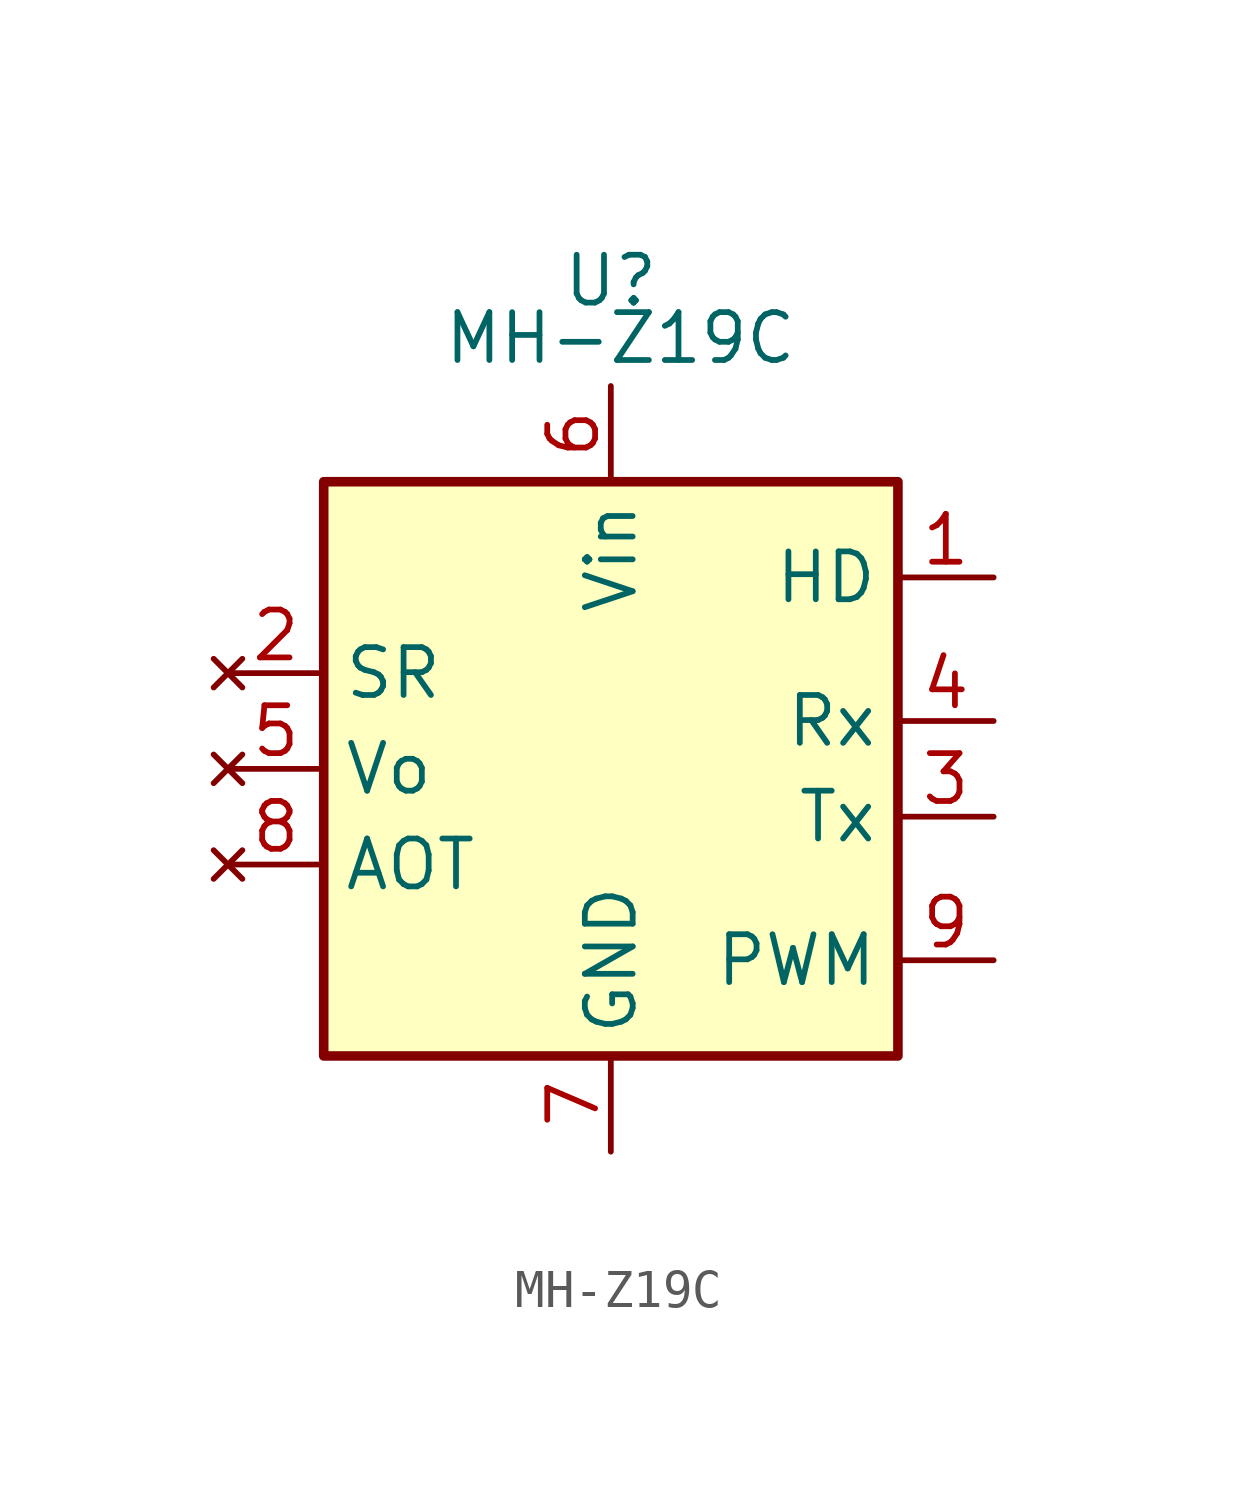
<source format=kicad_sym>
(kicad_symbol_lib
  (version 20231120)
  (generator "kicad_symbol_editor")
  (generator_version "8.0")
  (symbol "MH-Z19C"
    (property "Reference" "U"
      (at 0 12.954 0)
      (effects (font (size 1.27 1.27))))
    (property "Value" "MH-Z19C"
      (at 0.254 11.43 0)
      (effects (font (size 1.27 1.27))))
    (symbol "MH-Z19C_0_1"
      (rectangle (start -7.62 7.62) (end 7.62 -7.62) (stroke (width 0.254) (type default)) (fill (type background))))
    (symbol "MH-Z19C_1_1"
      (pin input line (at 10.16 5.08 180) (length 2.54) (name "HD" (effects (font (size 1.27 1.27)))) (number "1" (effects (font (size 1.27 1.27)))))
      (pin no_connect line (at -10.16 2.54 0) (length 2.54) (name "SR" (effects (font (size 1.27 1.27)))) (number "2" (effects (font (size 1.27 1.27)))))
      (pin output line (at 10.16 -1.27 180) (length 2.54) (name "Tx" (effects (font (size 1.27 1.27)))) (number "3" (effects (font (size 1.27 1.27)))))
      (pin input line (at 10.16 1.27 180) (length 2.54) (name "Rx" (effects (font (size 1.27 1.27)))) (number "4" (effects (font (size 1.27 1.27)))))
      (pin no_connect line (at -10.16 0 0) (length 2.54) (name "Vo" (effects (font (size 1.27 1.27)))) (number "5" (effects (font (size 1.27 1.27)))))
      (pin power_in line (at 0 10.16 270) (length 2.54) (name "Vin" (effects (font (size 1.27 1.27)))) (number "6" (effects (font (size 1.27 1.27)))))
      (pin power_in line (at 0 -10.16 90) (length 2.54) (name "GND" (effects (font (size 1.27 1.27)))) (number "7" (effects (font (size 1.27 1.27)))))
      (pin no_connect line (at -10.16 -2.54 0) (length 2.54) (name "AOT" (effects (font (size 1.27 1.27)))) (number "8" (effects (font (size 1.27 1.27)))))
      (pin output line (at 10.16 -5.08 180) (length 2.54) (name "PWM" (effects (font (size 1.27 1.27)))) (number "9" (effects (font (size 1.27 1.27))))))))
</source>
